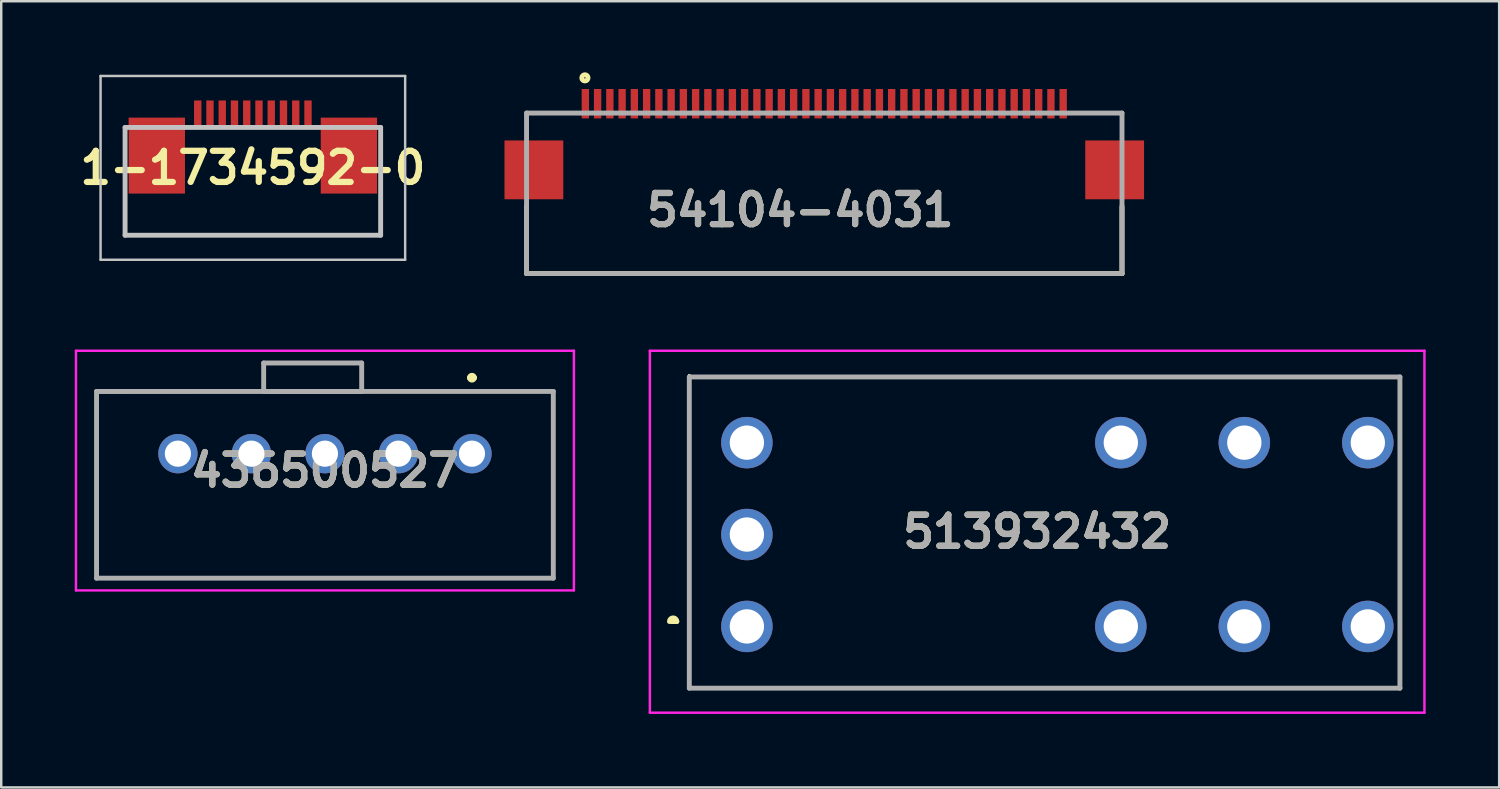
<source format=kicad_pcb>
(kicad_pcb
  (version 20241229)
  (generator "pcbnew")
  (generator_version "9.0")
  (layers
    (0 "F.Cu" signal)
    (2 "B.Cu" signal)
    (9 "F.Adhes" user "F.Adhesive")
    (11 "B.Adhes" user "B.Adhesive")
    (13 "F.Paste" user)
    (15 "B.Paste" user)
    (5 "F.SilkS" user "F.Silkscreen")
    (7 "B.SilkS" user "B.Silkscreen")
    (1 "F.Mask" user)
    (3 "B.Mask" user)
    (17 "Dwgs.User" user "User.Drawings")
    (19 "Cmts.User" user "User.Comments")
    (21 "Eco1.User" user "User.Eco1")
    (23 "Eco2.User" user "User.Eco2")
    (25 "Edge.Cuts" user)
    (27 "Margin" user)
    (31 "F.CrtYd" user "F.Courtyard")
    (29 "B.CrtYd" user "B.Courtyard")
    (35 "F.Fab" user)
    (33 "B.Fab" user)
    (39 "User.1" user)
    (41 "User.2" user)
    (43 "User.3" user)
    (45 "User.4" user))
  (footprint "436500527"
    (layer "F.Cu")
    (at 16.21 15.464)
    (property "Reference" "436500527" (at -6 0.69 0) (layer "F.SilkS") (effects (font (size 1.27 1.27) (thickness 0.254))))
    (attr through_hole)
    (fp_line (start -15.32 -2.5) (end 3.32 -2.54) (stroke (width 0.1) (type solid)) (layer "F.SilkS"))
    (fp_line (start -15.32 0.5) (end -15.32 -2.5) (stroke (width 0.1) (type solid)) (layer "F.SilkS"))
    (fp_line (start -15.32 3.5) (end -15.32 5.08) (stroke (width 0.1) (type solid)) (layer "F.SilkS"))
    (fp_line (start -15.32 5.08) (end 3.32 5.08) (stroke (width 0.1) (type solid)) (layer "F.SilkS"))
    (fp_line (start -0.1 -3.1) (end -0.1 -3.1) (stroke (width 0.2) (type solid)) (layer "F.SilkS"))
    (fp_line (start 0.1 -3.1) (end 0.1 -3.1) (stroke (width 0.2) (type solid)) (layer "F.SilkS"))
    (fp_line (start 3.32 -2.54) (end 3.32 1) (stroke (width 0.1) (type solid)) (layer "F.SilkS"))
    (fp_line (start 3.32 5.08) (end 3.32 3.5) (stroke (width 0.1) (type solid)) (layer "F.SilkS"))
    (fp_arc (start -0.1 -3.1) (mid 0 -3.2) (end 0.1 -3.1) (stroke (width 0.2) (type solid)) (layer "F.SilkS"))
    (fp_arc (start 0.1 -3.1) (mid 0 -3) (end -0.1 -3.1) (stroke (width 0.2) (type solid)) (layer "F.SilkS"))
    (fp_line (start -16.16 -4.2) (end 4.16 -4.2) (stroke (width 0.1) (type solid)) (layer "F.CrtYd"))
    (fp_line (start -16.16 5.58) (end -16.16 -4.2) (stroke (width 0.1) (type solid)) (layer "F.CrtYd"))
    (fp_line (start 4.16 -4.2) (end 4.16 5.58) (stroke (width 0.1) (type solid)) (layer "F.CrtYd"))
    (fp_line (start 4.16 5.58) (end -16.16 5.58) (stroke (width 0.1) (type solid)) (layer "F.CrtYd"))
    (fp_line (start -15.32 -2.54) (end 3.32 -2.54) (stroke (width 0.2) (type solid)) (layer "F.Fab"))
    (fp_line (start -15.32 5.08) (end -15.32 -2.54) (stroke (width 0.2) (type solid)) (layer "F.Fab"))
    (fp_line (start -8.5 -3.7) (end -8.5 -2.54) (stroke (width 0.2) (type solid)) (layer "F.Fab"))
    (fp_line (start -8.5 -2.54) (end -4.5 -2.54) (stroke (width 0.2) (type solid)) (layer "F.Fab"))
    (fp_line (start -4.5 -3.7) (end -8.5 -3.7) (stroke (width 0.2) (type solid)) (layer "F.Fab"))
    (fp_line (start -4.5 -2.54) (end -4.5 -3.7) (stroke (width 0.2) (type solid)) (layer "F.Fab"))
    (fp_line (start 3.32 -2.54) (end 3.32 5.08) (stroke (width 0.2) (type solid)) (layer "F.Fab"))
    (fp_line (start 3.32 5.08) (end -15.32 5.08) (stroke (width 0.2) (type solid)) (layer "F.Fab"))
    (fp_text user "${REFERENCE}" (at -6 0.69 0) (layer "F.Fab") (effects (font (size 1.27 1.27) (thickness 0.254))))
    (pad "" np_thru_hole circle (at -15 1.96) (size 0.001 0.001) (drill 1.32) (layers "*.Cu" "*.Mask"))
    (pad "" np_thru_hole circle (at 3 1.96) (size 0.001 0.001) (drill 1.32) (layers "*.Cu" "*.Mask"))
    (pad "1" thru_hole circle (at 0 0) (size 1.605 1.605) (drill 1.07) (layers "*.Cu" "*.Mask"))
    (pad "2" thru_hole circle (at -3 0) (size 1.605 1.605) (drill 1.07) (layers "*.Cu" "*.Mask"))
    (pad "3" thru_hole circle (at -6 0) (size 1.605 1.605) (drill 1.07) (layers "*.Cu" "*.Mask"))
    (pad "4" thru_hole circle (at -9 0) (size 1.605 1.605) (drill 1.07) (layers "*.Cu" "*.Mask"))
    (pad "5" thru_hole circle (at -12 0) (size 1.605 1.605) (drill 1.07) (layers "*.Cu" "*.Mask")))
  (footprint "54104-4031"
    (layer "F.Cu")
    (at 30.588 1.564)
    (property "Reference" "54104-4031" (at -0.979 3.957 0) (layer "F.SilkS") (effects (font (size 1.27 1.27) (thickness 0.254))))
    (attr smd)
    (fp_line (start -12.15 6.55) (end -12.15 3.814) (stroke (width 0.2) (type solid)) (layer "F.SilkS"))
    (fp_line (start -12.15 6.55) (end 12.15 6.55) (stroke (width 0.2) (type solid)) (layer "F.SilkS"))
    (fp_line (start 12.15 6.55) (end 12.15 3.814) (stroke (width 0.2) (type solid)) (layer "F.SilkS"))
    (fp_circle (center -9.768 -1.437) (end -9.768 -1.41) (stroke (width 0.2) (type solid)) (fill no) (layer "F.SilkS"))
    (fp_line (start -12.15 0) (end 12.15 0) (stroke (width 0.2) (type solid)) (layer "F.Fab"))
    (fp_line (start -12.15 6.55) (end -12.15 0) (stroke (width 0.2) (type solid)) (layer "F.Fab"))
    (fp_line (start 12.15 0) (end 12.15 6.55) (stroke (width 0.2) (type solid)) (layer "F.Fab"))
    (fp_line (start 12.15 6.55) (end -12.15 6.55) (stroke (width 0.2) (type solid)) (layer "F.Fab"))
    (fp_text user "${REFERENCE}" (at -0.979 3.957 0) (layer "F.Fab") (effects (font (size 1.27 1.27) (thickness 0.254))))
    (pad "1" smd rect (at -9.75 -0.382) (size 0.3 1.2) (layers "F.Cu" "F.Paste"))
    (pad "2" smd rect (at -9.25 -0.382) (size 0.3 1.2) (layers "F.Cu" "F.Paste"))
    (pad "3" smd rect (at -8.75 -0.382) (size 0.3 1.2) (layers "F.Cu" "F.Paste"))
    (pad "4" smd rect (at -8.25 -0.382) (size 0.3 1.2) (layers "F.Cu" "F.Paste"))
    (pad "5" smd rect (at -7.75 -0.382) (size 0.3 1.2) (layers "F.Cu" "F.Paste"))
    (pad "6" smd rect (at -7.25 -0.382) (size 0.3 1.2) (layers "F.Cu" "F.Paste"))
    (pad "7" smd rect (at -6.75 -0.382) (size 0.3 1.2) (layers "F.Cu" "F.Paste"))
    (pad "8" smd rect (at -6.25 -0.382) (size 0.3 1.2) (layers "F.Cu" "F.Paste"))
    (pad "9" smd rect (at -5.75 -0.382) (size 0.3 1.2) (layers "F.Cu" "F.Paste"))
    (pad "10" smd rect (at -5.25 -0.382) (size 0.3 1.2) (layers "F.Cu" "F.Paste"))
    (pad "11" smd rect (at -4.75 -0.382) (size 0.3 1.2) (layers "F.Cu" "F.Paste"))
    (pad "12" smd rect (at -4.25 -0.382) (size 0.3 1.2) (layers "F.Cu" "F.Paste"))
    (pad "13" smd rect (at -3.75 -0.382) (size 0.3 1.2) (layers "F.Cu" "F.Paste"))
    (pad "14" smd rect (at -3.25 -0.382) (size 0.3 1.2) (layers "F.Cu" "F.Paste"))
    (pad "15" smd rect (at -2.75 -0.382) (size 0.3 1.2) (layers "F.Cu" "F.Paste"))
    (pad "16" smd rect (at -2.25 -0.382) (size 0.3 1.2) (layers "F.Cu" "F.Paste"))
    (pad "17" smd rect (at -1.75 -0.382) (size 0.3 1.2) (layers "F.Cu" "F.Paste"))
    (pad "18" smd rect (at -1.25 -0.382) (size 0.3 1.2) (layers "F.Cu" "F.Paste"))
    (pad "19" smd rect (at -0.75 -0.382) (size 0.3 1.2) (layers "F.Cu" "F.Paste"))
    (pad "20" smd rect (at -0.25 -0.382) (size 0.3 1.2) (layers "F.Cu" "F.Paste"))
    (pad "21" smd rect (at 0.25 -0.382) (size 0.3 1.2) (layers "F.Cu" "F.Paste"))
    (pad "22" smd rect (at 0.75 -0.382) (size 0.3 1.2) (layers "F.Cu" "F.Paste"))
    (pad "23" smd rect (at 1.25 -0.382) (size 0.3 1.2) (layers "F.Cu" "F.Paste"))
    (pad "24" smd rect (at 1.75 -0.382) (size 0.3 1.2) (layers "F.Cu" "F.Paste"))
    (pad "25" smd rect (at 2.25 -0.382) (size 0.3 1.2) (layers "F.Cu" "F.Paste"))
    (pad "26" smd rect (at 2.75 -0.382) (size 0.3 1.2) (layers "F.Cu" "F.Paste"))
    (pad "27" smd rect (at 3.25 -0.382) (size 0.3 1.2) (layers "F.Cu" "F.Paste"))
    (pad "28" smd rect (at 3.75 -0.382) (size 0.3 1.2) (layers "F.Cu" "F.Paste"))
    (pad "29" smd rect (at 4.25 -0.382) (size 0.3 1.2) (layers "F.Cu" "F.Paste"))
    (pad "30" smd rect (at 4.75 -0.382) (size 0.3 1.2) (layers "F.Cu" "F.Paste"))
    (pad "31" smd rect (at 5.25 -0.382) (size 0.3 1.2) (layers "F.Cu" "F.Paste"))
    (pad "32" smd rect (at 5.75 -0.382) (size 0.3 1.2) (layers "F.Cu" "F.Paste"))
    (pad "33" smd rect (at 6.25 -0.382) (size 0.3 1.2) (layers "F.Cu" "F.Paste"))
    (pad "34" smd rect (at 6.75 -0.382) (size 0.3 1.2) (layers "F.Cu" "F.Paste"))
    (pad "35" smd rect (at 7.25 -0.382) (size 0.3 1.2) (layers "F.Cu" "F.Paste"))
    (pad "36" smd rect (at 7.75 -0.382) (size 0.3 1.2) (layers "F.Cu" "F.Paste"))
    (pad "37" smd rect (at 8.25 -0.382) (size 0.3 1.2) (layers "F.Cu" "F.Paste"))
    (pad "38" smd rect (at 8.75 -0.382) (size 0.3 1.2) (layers "F.Cu" "F.Paste"))
    (pad "39" smd rect (at 9.25 -0.382) (size 0.3 1.2) (layers "F.Cu" "F.Paste"))
    (pad "40" smd rect (at 9.75 -0.382) (size 0.3 1.2) (layers "F.Cu" "F.Paste"))
    (pad "41" smd rect (at -11.85 2.318 90) (size 2.4 2.4) (layers "F.Cu" "F.Paste"))
    (pad "42" smd rect (at 11.85 2.318 90) (size 2.4 2.4) (layers "F.Cu" "F.Paste")))
  (footprint "1-1734592-0"
    (layer "F.Cu")
    (at 7.269 2.15)
    (property "Reference" "1-1734592-0" (at 0 1.65 0) (layer "F.SilkS") (effects (font (size 1.27 1.27) (thickness 0.254))))
    (attr smd)
    (fp_line (start -5.215 0) (end -5.215 4.4) (stroke (width 0.1) (type solid)) (layer "F.SilkS"))
    (fp_line (start -5.215 4.4) (end 5.215 4.4) (stroke (width 0.1) (type solid)) (layer "F.SilkS"))
    (fp_line (start 5.215 4.4) (end 5.215 0) (stroke (width 0.1) (type solid)) (layer "F.SilkS"))
    (fp_line (start -6.215 -2.1) (end 6.215 -2.1) (stroke (width 0.1) (type solid)) (layer "Dwgs.User"))
    (fp_line (start -6.215 5.4) (end -6.215 -2.1) (stroke (width 0.1) (type solid)) (layer "Dwgs.User"))
    (fp_line (start -5.215 0) (end 5.215 0) (stroke (width 0.2) (type solid)) (layer "Dwgs.User"))
    (fp_line (start -5.215 4.4) (end -5.215 0) (stroke (width 0.2) (type solid)) (layer "Dwgs.User"))
    (fp_line (start 5.215 0) (end 5.215 4.4) (stroke (width 0.2) (type solid)) (layer "Dwgs.User"))
    (fp_line (start 5.215 4.4) (end -5.215 4.4) (stroke (width 0.2) (type solid)) (layer "Dwgs.User"))
    (fp_line (start 6.215 -2.1) (end 6.215 5.4) (stroke (width 0.1) (type solid)) (layer "Dwgs.User"))
    (fp_line (start 6.215 5.4) (end -6.215 5.4) (stroke (width 0.1) (type solid)) (layer "Dwgs.User"))
    (pad "1" smd rect (at -2.25 -0.55) (size 0.3 1.1) (layers "F.Cu" "F.Paste"))
    (pad "2" smd rect (at -1.75 -0.55) (size 0.3 1.1) (layers "F.Cu" "F.Paste"))
    (pad "3" smd rect (at -1.25 -0.55) (size 0.3 1.1) (layers "F.Cu" "F.Paste"))
    (pad "4" smd rect (at -0.75 -0.55) (size 0.3 1.1) (layers "F.Cu" "F.Paste"))
    (pad "5" smd rect (at -0.25 -0.55) (size 0.3 1.1) (layers "F.Cu" "F.Paste"))
    (pad "6" smd rect (at 0.25 -0.55) (size 0.3 1.1) (layers "F.Cu" "F.Paste"))
    (pad "7" smd rect (at 0.75 -0.55) (size 0.3 1.1) (layers "F.Cu" "F.Paste"))
    (pad "8" smd rect (at 1.25 -0.55) (size 0.3 1.1) (layers "F.Cu" "F.Paste"))
    (pad "9" smd rect (at 1.75 -0.55) (size 0.3 1.1) (layers "F.Cu" "F.Paste"))
    (pad "10" smd rect (at 2.25 -0.55) (size 0.3 1.1) (layers "F.Cu" "F.Paste"))
    (pad "11" smd rect (at -3.92 1.15) (size 2.3 3.1) (layers "F.Cu" "F.Paste"))
    (pad "12" smd rect (at 3.92 1.15) (size 2.3 3.1) (layers "F.Cu" "F.Paste")))
  (footprint "513932432"
    (layer "F.Cu")
    (at 52.77 22.514)
    (property "Reference" "513932432" (at -13.495 -3.865 0) (layer "F.SilkS") (effects (font (size 1.27 1.27) (thickness 0.254))))
    (attr through_hole)
    (fp_line (start -28.3 -0.2) (end -28.3 -0.2) (stroke (width 0.2) (type solid)) (layer "F.SilkS"))
    (fp_line (start -28.3 -0.2) (end -28.3 -0.2) (stroke (width 0.2) (type solid)) (layer "F.SilkS"))
    (fp_line (start -28.2 -0.2) (end -28.2 -0.2) (stroke (width 0.2) (type solid)) (layer "F.SilkS"))
    (fp_line (start -27.69 -10.25) (end -27.69 -10.25) (stroke (width 0.1) (type solid)) (layer "F.SilkS"))
    (fp_line (start -27.69 -10.25) (end -27.69 2.5) (stroke (width 0.1) (type solid)) (layer "F.SilkS"))
    (fp_line (start -27.69 -10.18) (end -27.69 -10.18) (stroke (width 0.1) (type solid)) (layer "F.SilkS"))
    (fp_line (start -27.69 -10.18) (end 1.25 -10.18) (stroke (width 0.1) (type solid)) (layer "F.SilkS"))
    (fp_line (start -27.69 2.5) (end -27.69 -10.25) (stroke (width 0.1) (type solid)) (layer "F.SilkS"))
    (fp_line (start -27.69 2.5) (end -27.69 2.5) (stroke (width 0.1) (type solid)) (layer "F.SilkS"))
    (fp_line (start -27.69 2.5) (end -27.69 2.52) (stroke (width 0.1) (type solid)) (layer "F.SilkS"))
    (fp_line (start -27.69 2.52) (end 1.31 2.52) (stroke (width 0.1) (type solid)) (layer "F.SilkS"))
    (fp_line (start 1.25 -10.18) (end -27.69 -10.18) (stroke (width 0.1) (type solid)) (layer "F.SilkS"))
    (fp_line (start 1.25 -10.18) (end 1.25 -10.18) (stroke (width 0.1) (type solid)) (layer "F.SilkS"))
    (fp_line (start 1.25 -10.18) (end 1.25 -10.18) (stroke (width 0.1) (type solid)) (layer "F.SilkS"))
    (fp_line (start 1.25 -10.18) (end 1.31 -10.18) (stroke (width 0.1) (type solid)) (layer "F.SilkS"))
    (fp_line (start 1.31 -10.18) (end 1.25 -10.18) (stroke (width 0.1) (type solid)) (layer "F.SilkS"))
    (fp_line (start 1.31 -10.18) (end 1.31 -10.18) (stroke (width 0.1) (type solid)) (layer "F.SilkS"))
    (fp_line (start 1.31 -10.18) (end 1.31 -10.18) (stroke (width 0.1) (type solid)) (layer "F.SilkS"))
    (fp_line (start 1.31 -10.18) (end 1.31 -9.25) (stroke (width 0.1) (type solid)) (layer "F.SilkS"))
    (fp_line (start 1.31 -9.25) (end 1.31 -10.18) (stroke (width 0.1) (type solid)) (layer "F.SilkS"))
    (fp_line (start 1.31 -9.25) (end 1.31 -9.25) (stroke (width 0.1) (type solid)) (layer "F.SilkS"))
    (fp_line (start 1.31 -5.75) (end 1.31 -5.75) (stroke (width 0.1) (type solid)) (layer "F.SilkS"))
    (fp_line (start 1.31 -5.75) (end 1.31 -1.75) (stroke (width 0.1) (type solid)) (layer "F.SilkS"))
    (fp_line (start 1.31 -1.75) (end 1.31 -5.75) (stroke (width 0.1) (type solid)) (layer "F.SilkS"))
    (fp_line (start 1.31 -1.75) (end 1.31 -1.75) (stroke (width 0.1) (type solid)) (layer "F.SilkS"))
    (fp_line (start 1.31 1.75) (end 1.31 1.75) (stroke (width 0.1) (type solid)) (layer "F.SilkS"))
    (fp_line (start 1.31 1.75) (end 1.31 2.52) (stroke (width 0.1) (type solid)) (layer "F.SilkS"))
    (fp_line (start 1.31 2.5) (end -27.69 2.5) (stroke (width 0.1) (type solid)) (layer "F.SilkS"))
    (fp_line (start 1.31 2.52) (end 1.31 1.75) (stroke (width 0.1) (type solid)) (layer "F.SilkS"))
    (fp_line (start 1.31 2.52) (end 1.31 2.5) (stroke (width 0.1) (type solid)) (layer "F.SilkS"))
    (fp_line (start 1.31 2.52) (end 1.31 2.52) (stroke (width 0.1) (type solid)) (layer "F.SilkS"))
    (fp_arc (start -28.5 -0.2) (mid -28.35 -0.35) (end -28.2 -0.2) (stroke (width 0.2) (type solid)) (layer "F.SilkS"))
    (fp_arc (start -28.4 -0.2) (mid -28.35 -0.25) (end -28.3 -0.2) (stroke (width 0.2) (type solid)) (layer "F.SilkS"))
    (fp_arc (start -28.4 -0.2) (mid -28.35 -0.25) (end -28.3 -0.2) (stroke (width 0.2) (type solid)) (layer "F.SilkS"))
    (fp_line (start -29.3 -11.25) (end -29.3 3.52) (stroke (width 0.1) (type solid)) (layer "F.CrtYd"))
    (fp_line (start -29.3 3.52) (end 2.31 3.52) (stroke (width 0.1) (type solid)) (layer "F.CrtYd"))
    (fp_line (start 2.31 -11.25) (end -29.3 -11.25) (stroke (width 0.1) (type solid)) (layer "F.CrtYd"))
    (fp_line (start 2.31 3.52) (end 2.31 -11.25) (stroke (width 0.1) (type solid)) (layer "F.CrtYd"))
    (fp_line (start -27.69 -10.18) (end 1.31 -10.18) (stroke (width 0.2) (type solid)) (layer "F.Fab"))
    (fp_line (start -27.69 2.52) (end -27.69 -10.18) (stroke (width 0.2) (type solid)) (layer "F.Fab"))
    (fp_line (start 1.31 -10.18) (end 1.31 2.52) (stroke (width 0.2) (type solid)) (layer "F.Fab"))
    (fp_line (start 1.31 2.52) (end -27.69 2.52) (stroke (width 0.2) (type solid)) (layer "F.Fab"))
    (fp_text user "${REFERENCE}" (at -13.495 -3.865 0) (layer "F.Fab") (effects (font (size 1.27 1.27) (thickness 0.254))))
    (pad "11" thru_hole circle (at -5.04 0) (size 2.1 2.1) (drill 1.4) (layers "*.Cu" "*.Mask"))
    (pad "12" thru_hole circle (at -10.08 0) (size 2.1 2.1) (drill 1.4) (layers "*.Cu" "*.Mask"))
    (pad "14" thru_hole circle (at 0 0) (size 2.1 2.1) (drill 1.4) (layers "*.Cu" "*.Mask"))
    (pad "21" thru_hole circle (at -5.04 -7.5) (size 2.1 2.1) (drill 1.4) (layers "*.Cu" "*.Mask"))
    (pad "22" thru_hole circle (at -10.08 -7.5) (size 2.1 2.1) (drill 1.4) (layers "*.Cu" "*.Mask"))
    (pad "24" thru_hole circle (at 0 -7.5) (size 2.1 2.1) (drill 1.4) (layers "*.Cu" "*.Mask"))
    (pad "A1" thru_hole circle (at -25.34 0) (size 2.1 2.1) (drill 1.4) (layers "*.Cu" "*.Mask"))
    (pad "A2" thru_hole circle (at -25.34 -7.5) (size 2.1 2.1) (drill 1.4) (layers "*.Cu" "*.Mask"))
    (pad "A3" thru_hole circle (at -25.34 -3.75) (size 2.1 2.1) (drill 1.4) (layers "*.Cu" "*.Mask")))
  (gr_rect
    (start -3 -3)
    (end 58.13 29.084)
    (stroke (width 0.1) (type default))
    (fill no)
    (layer "Edge.Cuts")))
</source>
